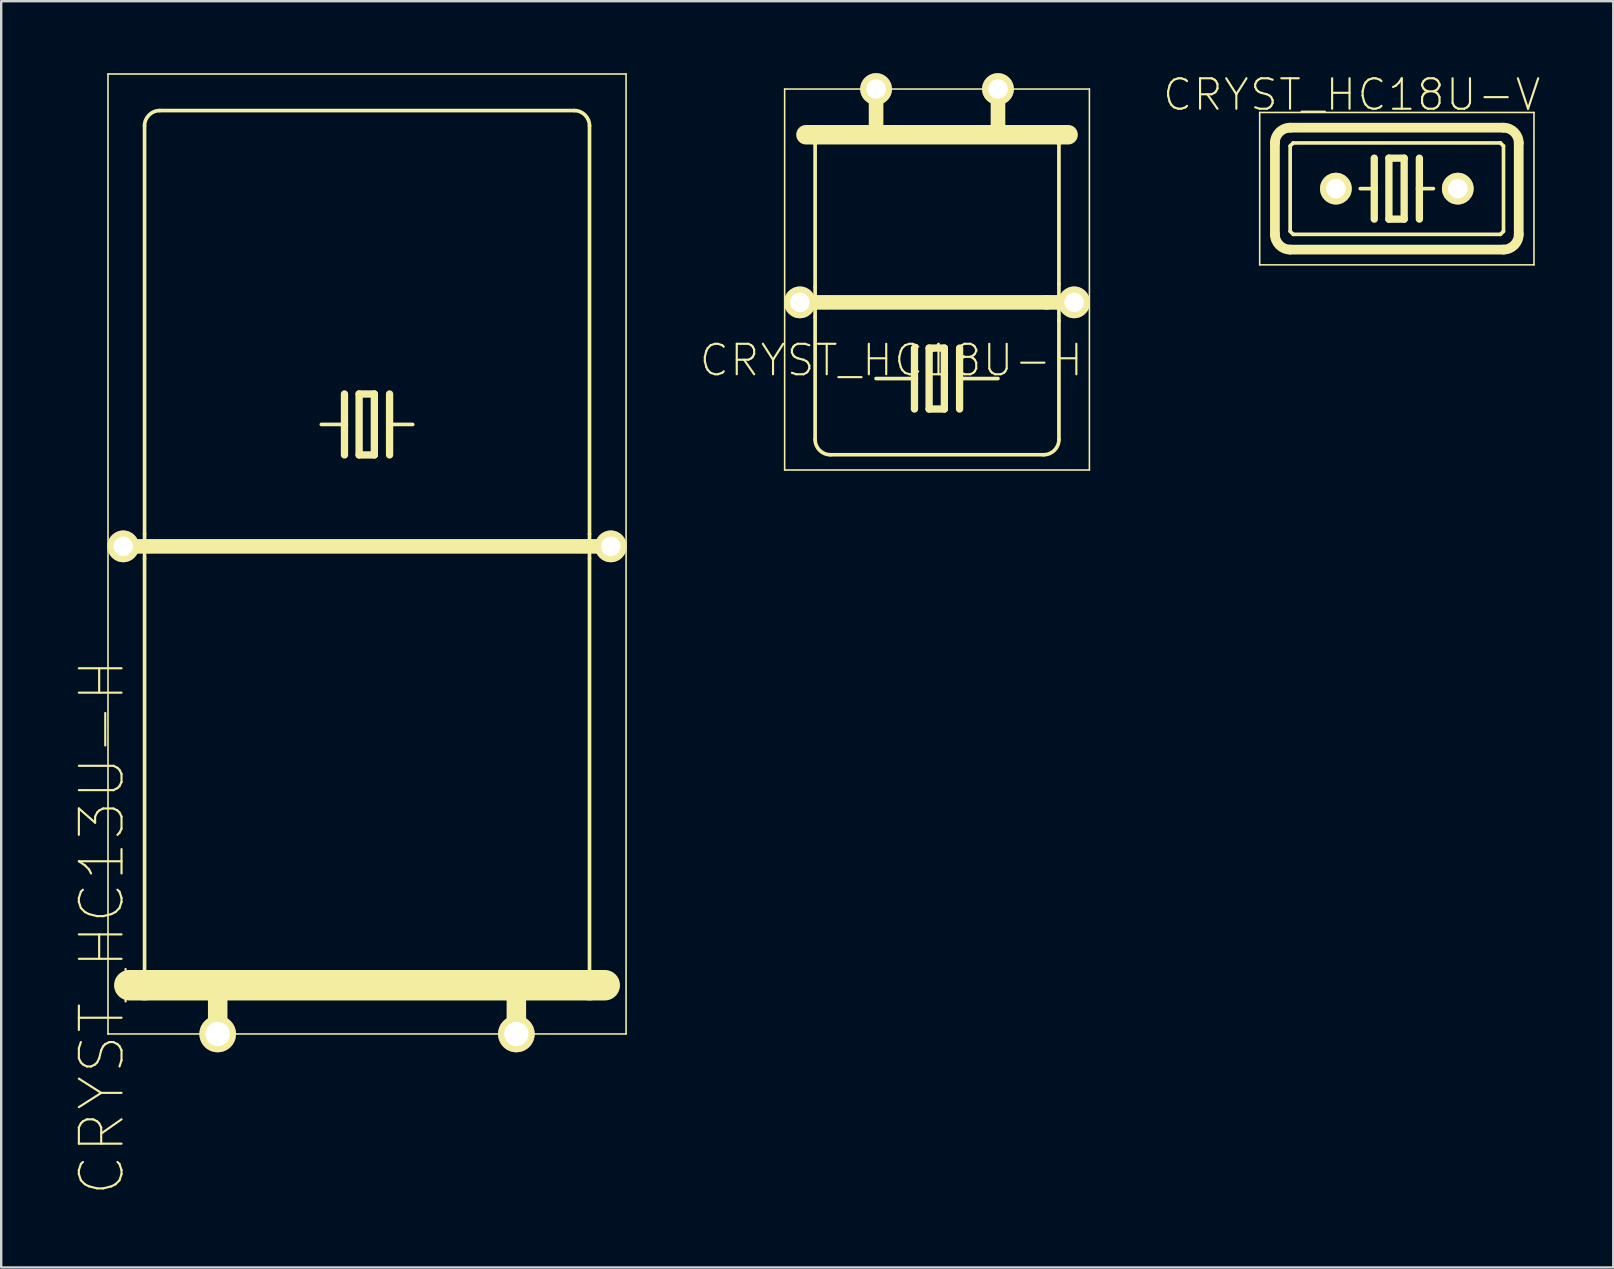
<source format=kicad_pcb>
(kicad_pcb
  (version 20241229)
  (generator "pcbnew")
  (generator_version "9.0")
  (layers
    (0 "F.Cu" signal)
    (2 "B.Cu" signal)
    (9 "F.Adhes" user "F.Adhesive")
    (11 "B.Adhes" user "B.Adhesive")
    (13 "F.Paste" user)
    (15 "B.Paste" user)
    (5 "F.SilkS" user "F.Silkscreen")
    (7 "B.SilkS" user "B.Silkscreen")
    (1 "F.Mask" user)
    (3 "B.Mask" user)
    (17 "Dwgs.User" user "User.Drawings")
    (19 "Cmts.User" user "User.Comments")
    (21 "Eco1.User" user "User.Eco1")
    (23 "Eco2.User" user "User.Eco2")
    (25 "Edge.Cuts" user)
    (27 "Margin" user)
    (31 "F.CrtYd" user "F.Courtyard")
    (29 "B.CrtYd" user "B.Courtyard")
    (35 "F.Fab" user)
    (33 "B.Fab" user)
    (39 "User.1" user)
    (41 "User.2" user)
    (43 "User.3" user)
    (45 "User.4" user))
  (footprint "CRYST_HC18U-H"
    (layer "F.Cu")
    (at 35.998 0.66)
    (property "Reference" "CRYST_HC18U-H" (at -1.905 11.303 0) (layer "F.SilkS") (effects (font (size 1.27 1.27) (thickness 0.089))))
    (attr exclude_from_pos_files exclude_from_bom)
    (fp_line (start -6.35 0) (end -6.35 15.875) (stroke (width 0.066) (type solid)) (layer "F.SilkS"))
    (fp_line (start -6.35 0) (end 6.35 0) (stroke (width 0.066) (type solid)) (layer "F.SilkS"))
    (fp_line (start -6.35 15.875) (end 6.35 15.875) (stroke (width 0.066) (type solid)) (layer "F.SilkS"))
    (fp_line (start -5.08 1.905) (end -5.461 1.905) (stroke (width 0.813) (type solid)) (layer "F.SilkS"))
    (fp_line (start -5.08 8.255) (end -5.08 1.905) (stroke (width 0.152) (type solid)) (layer "F.SilkS"))
    (fp_line (start -5.08 9.525) (end -5.08 8.255) (stroke (width 0.152) (type solid)) (layer "F.SilkS"))
    (fp_line (start -5.08 9.525) (end -5.08 14.605) (stroke (width 0.152) (type solid)) (layer "F.SilkS"))
    (fp_line (start -4.699 8.89) (end -5.715 8.89) (stroke (width 0.61) (type solid)) (layer "F.SilkS"))
    (fp_line (start -4.572 8.89) (end 4.572 8.89) (stroke (width 0.61) (type solid)) (layer "F.SilkS"))
    (fp_line (start -2.54 1.778) (end -2.54 0) (stroke (width 0.61) (type solid)) (layer "F.SilkS"))
    (fp_line (start -0.94 12.065) (end -2.54 12.065) (stroke (width 0.152) (type solid)) (layer "F.SilkS"))
    (fp_line (start -0.94 12.065) (end -0.94 10.795) (stroke (width 0.305) (type solid)) (layer "F.SilkS"))
    (fp_line (start -0.94 13.335) (end -0.94 12.065) (stroke (width 0.305) (type solid)) (layer "F.SilkS"))
    (fp_line (start -0.33 10.795) (end 0.305 10.795) (stroke (width 0.305) (type solid)) (layer "F.SilkS"))
    (fp_line (start -0.33 13.335) (end -0.33 10.795) (stroke (width 0.305) (type solid)) (layer "F.SilkS"))
    (fp_line (start 0.305 10.795) (end 0.305 13.335) (stroke (width 0.305) (type solid)) (layer "F.SilkS"))
    (fp_line (start 0.305 13.335) (end -0.33 13.335) (stroke (width 0.305) (type solid)) (layer "F.SilkS"))
    (fp_line (start 0.94 12.065) (end 0.94 10.795) (stroke (width 0.305) (type solid)) (layer "F.SilkS"))
    (fp_line (start 0.94 12.065) (end 2.54 12.065) (stroke (width 0.152) (type solid)) (layer "F.SilkS"))
    (fp_line (start 0.94 13.335) (end 0.94 12.065) (stroke (width 0.305) (type solid)) (layer "F.SilkS"))
    (fp_line (start 2.54 1.778) (end 2.54 0) (stroke (width 0.61) (type solid)) (layer "F.SilkS"))
    (fp_line (start 4.445 15.24) (end -4.445 15.24) (stroke (width 0.152) (type solid)) (layer "F.SilkS"))
    (fp_line (start 4.572 8.89) (end 5.08 8.89) (stroke (width 0.61) (type solid)) (layer "F.SilkS"))
    (fp_line (start 5.08 1.905) (end -5.08 1.905) (stroke (width 0.813) (type solid)) (layer "F.SilkS"))
    (fp_line (start 5.08 8.128) (end 5.08 1.905) (stroke (width 0.152) (type solid)) (layer "F.SilkS"))
    (fp_line (start 5.08 8.89) (end 5.08 8.128) (stroke (width 0.152) (type solid)) (layer "F.SilkS"))
    (fp_line (start 5.08 8.89) (end 5.08 9.652) (stroke (width 0.152) (type solid)) (layer "F.SilkS"))
    (fp_line (start 5.08 8.89) (end 5.715 8.89) (stroke (width 0.61) (type solid)) (layer "F.SilkS"))
    (fp_line (start 5.08 9.652) (end 5.08 14.605) (stroke (width 0.152) (type solid)) (layer "F.SilkS"))
    (fp_line (start 5.461 1.905) (end 5.08 1.905) (stroke (width 0.813) (type solid)) (layer "F.SilkS"))
    (fp_line (start 6.35 0) (end 6.35 15.875) (stroke (width 0.066) (type solid)) (layer "F.SilkS"))
    (fp_arc (start -4.445 15.24) (mid -4.894013 15.054013) (end -5.08 14.605) (stroke (width 0.1524) (type solid)) (layer "F.SilkS"))
    (fp_arc (start 5.08 14.605) (mid 4.894013 15.054013) (end 4.445 15.24) (stroke (width 0.1524) (type solid)) (layer "F.SilkS"))
    (pad "1" thru_hole circle (at -2.54 0) (size 1.321 1.321) (drill 0.813) (layers "*.Cu" "F.Mask" "F.SilkS" "F.Paste"))
    (pad "2" thru_hole circle (at 2.54 0) (size 1.321 1.321) (drill 0.813) (layers "*.Cu" "F.Mask" "F.SilkS" "F.Paste"))
    (pad "M" thru_hole circle (at -5.715 8.89) (size 1.321 1.321) (drill 0.813) (layers "*.Cu" "F.Mask" "F.SilkS" "F.Paste"))
    (pad "M1" thru_hole circle (at 5.715 8.89) (size 1.321 1.321) (drill 0.813) (layers "*.Cu" "F.Mask" "F.SilkS" "F.Paste")))
  (footprint "CRYST_HC18U-V"
    (layer "F.Cu")
    (at 55.159 4.811)
    (property "Reference" "CRYST_HC18U-V" (at -1.88 -3.912 0) (layer "F.SilkS") (effects (font (size 1.27 1.27) (thickness 0.089))))
    (attr exclude_from_pos_files exclude_from_bom)
    (fp_line (start -5.715 -3.175) (end 5.715 -3.175) (stroke (width 0.066) (type solid)) (layer "F.SilkS"))
    (fp_line (start -5.715 3.175) (end -5.715 -3.175) (stroke (width 0.066) (type solid)) (layer "F.SilkS"))
    (fp_line (start -5.715 3.175) (end 5.715 3.175) (stroke (width 0.066) (type solid)) (layer "F.SilkS"))
    (fp_line (start -5.08 -1.905) (end -5.08 1.905) (stroke (width 0.406) (type solid)) (layer "F.SilkS"))
    (fp_line (start -4.445 -2.54) (end 4.445 -2.54) (stroke (width 0.406) (type solid)) (layer "F.SilkS"))
    (fp_line (start -4.445 -1.778) (end -4.445 1.778) (stroke (width 0.152) (type solid)) (layer "F.SilkS"))
    (fp_line (start -4.445 -1.778) (end -4.318 -1.905) (stroke (width 0.152) (type solid)) (layer "F.SilkS"))
    (fp_line (start -4.445 2.54) (end 4.445 2.54) (stroke (width 0.406) (type solid)) (layer "F.SilkS"))
    (fp_line (start -4.318 1.905) (end -4.445 1.778) (stroke (width 0.152) (type solid)) (layer "F.SilkS"))
    (fp_line (start -4.318 1.905) (end 4.318 1.905) (stroke (width 0.152) (type solid)) (layer "F.SilkS"))
    (fp_line (start -0.94 -1.27) (end -0.94 0) (stroke (width 0.305) (type solid)) (layer "F.SilkS"))
    (fp_line (start -0.94 0) (end -1.524 0) (stroke (width 0.152) (type solid)) (layer "F.SilkS"))
    (fp_line (start -0.94 0) (end -0.94 1.27) (stroke (width 0.305) (type solid)) (layer "F.SilkS"))
    (fp_line (start -0.33 -1.27) (end -0.33 1.27) (stroke (width 0.305) (type solid)) (layer "F.SilkS"))
    (fp_line (start -0.33 1.27) (end 0.305 1.27) (stroke (width 0.305) (type solid)) (layer "F.SilkS"))
    (fp_line (start 0.305 -1.27) (end -0.33 -1.27) (stroke (width 0.305) (type solid)) (layer "F.SilkS"))
    (fp_line (start 0.305 1.27) (end 0.305 -1.27) (stroke (width 0.305) (type solid)) (layer "F.SilkS"))
    (fp_line (start 0.94 -1.27) (end 0.94 0) (stroke (width 0.305) (type solid)) (layer "F.SilkS"))
    (fp_line (start 0.94 0) (end 0.94 1.27) (stroke (width 0.305) (type solid)) (layer "F.SilkS"))
    (fp_line (start 0.94 0) (end 1.524 0) (stroke (width 0.152) (type solid)) (layer "F.SilkS"))
    (fp_line (start 4.318 -1.905) (end -4.318 -1.905) (stroke (width 0.152) (type solid)) (layer "F.SilkS"))
    (fp_line (start 4.318 -1.905) (end 4.445 -1.778) (stroke (width 0.152) (type solid)) (layer "F.SilkS"))
    (fp_line (start 4.318 1.905) (end 4.445 1.778) (stroke (width 0.152) (type solid)) (layer "F.SilkS"))
    (fp_line (start 4.445 1.778) (end 4.445 -1.778) (stroke (width 0.152) (type solid)) (layer "F.SilkS"))
    (fp_line (start 5.08 1.905) (end 5.08 -1.905) (stroke (width 0.406) (type solid)) (layer "F.SilkS"))
    (fp_line (start 5.715 3.175) (end 5.715 -3.175) (stroke (width 0.066) (type solid)) (layer "F.SilkS"))
    (fp_arc (start -5.08 -1.905) (mid -4.894013 -2.354013) (end -4.445 -2.54) (stroke (width 0.4064) (type solid)) (layer "F.SilkS"))
    (fp_arc (start -4.445 2.54) (mid -4.894013 2.354013) (end -5.08 1.905) (stroke (width 0.4064) (type solid)) (layer "F.SilkS"))
    (fp_arc (start 4.445 -2.54) (mid 4.894013 -2.354013) (end 5.08 -1.905) (stroke (width 0.4064) (type solid)) (layer "F.SilkS"))
    (fp_arc (start 5.08 1.905) (mid 4.894013 2.354013) (end 4.445 2.54) (stroke (width 0.4064) (type solid)) (layer "F.SilkS"))
    (pad "1" thru_hole circle (at -2.54 0) (size 1.321 1.321) (drill 0.813) (layers "*.Cu" "F.Mask" "F.SilkS" "F.Paste"))
    (pad "2" thru_hole circle (at 2.54 0) (size 1.321 1.321) (drill 0.813) (layers "*.Cu" "F.Mask" "F.SilkS" "F.Paste")))
  (footprint "CRYST_HC13U-H"
    (layer "F.Cu")
    (at 12.245 40.038)
    (property "Reference" "CRYST_HC13U-H" (at -11.049 -4.445 90) (layer "F.SilkS") (effects (font (size 1.778 1.778) (thickness 0.089))))
    (attr exclude_from_pos_files exclude_from_bom)
    (fp_line (start -10.795 -40.005) (end 10.795 -40.005) (stroke (width 0.066) (type solid)) (layer "F.SilkS"))
    (fp_line (start -10.795 0) (end -10.795 -40.005) (stroke (width 0.066) (type solid)) (layer "F.SilkS"))
    (fp_line (start -10.795 0) (end 10.795 0) (stroke (width 0.066) (type solid)) (layer "F.SilkS"))
    (fp_line (start -10.16 -20.32) (end -9.144 -20.32) (stroke (width 0.61) (type solid)) (layer "F.SilkS"))
    (fp_line (start -9.906 -2.032) (end -9.271 -2.032) (stroke (width 1.27) (type solid)) (layer "F.SilkS"))
    (fp_line (start -9.271 -20.828) (end -9.271 -37.846) (stroke (width 0.152) (type solid)) (layer "F.SilkS"))
    (fp_line (start -9.271 -20.828) (end -9.271 -19.812) (stroke (width 0.152) (type solid)) (layer "F.SilkS"))
    (fp_line (start -9.271 -19.812) (end -9.271 -2.032) (stroke (width 0.152) (type solid)) (layer "F.SilkS"))
    (fp_line (start -9.271 -2.032) (end 9.271 -2.032) (stroke (width 1.27) (type solid)) (layer "F.SilkS"))
    (fp_line (start -9.017 -20.32) (end 9.017 -20.32) (stroke (width 0.61) (type solid)) (layer "F.SilkS"))
    (fp_line (start -6.223 -1.905) (end -6.223 0) (stroke (width 0.813) (type solid)) (layer "F.SilkS"))
    (fp_line (start -0.94 -26.67) (end -0.94 -25.4) (stroke (width 0.305) (type solid)) (layer "F.SilkS"))
    (fp_line (start -0.94 -25.4) (end -1.905 -25.4) (stroke (width 0.152) (type solid)) (layer "F.SilkS"))
    (fp_line (start -0.94 -25.4) (end -0.94 -24.13) (stroke (width 0.305) (type solid)) (layer "F.SilkS"))
    (fp_line (start -0.33 -26.67) (end -0.33 -24.13) (stroke (width 0.305) (type solid)) (layer "F.SilkS"))
    (fp_line (start -0.33 -24.13) (end 0.305 -24.13) (stroke (width 0.305) (type solid)) (layer "F.SilkS"))
    (fp_line (start 0.305 -26.67) (end -0.33 -26.67) (stroke (width 0.305) (type solid)) (layer "F.SilkS"))
    (fp_line (start 0.305 -24.13) (end 0.305 -26.67) (stroke (width 0.305) (type solid)) (layer "F.SilkS"))
    (fp_line (start 0.94 -26.67) (end 0.94 -25.4) (stroke (width 0.305) (type solid)) (layer "F.SilkS"))
    (fp_line (start 0.94 -25.4) (end 0.94 -24.13) (stroke (width 0.305) (type solid)) (layer "F.SilkS"))
    (fp_line (start 0.94 -25.4) (end 1.905 -25.4) (stroke (width 0.152) (type solid)) (layer "F.SilkS"))
    (fp_line (start 6.223 -1.905) (end 6.223 0) (stroke (width 0.813) (type solid)) (layer "F.SilkS"))
    (fp_line (start 8.636 -38.481) (end -8.636 -38.481) (stroke (width 0.152) (type solid)) (layer "F.SilkS"))
    (fp_line (start 9.144 -20.32) (end 10.16 -20.32) (stroke (width 0.61) (type solid)) (layer "F.SilkS"))
    (fp_line (start 9.271 -20.828) (end 9.271 -37.846) (stroke (width 0.152) (type solid)) (layer "F.SilkS"))
    (fp_line (start 9.271 -20.828) (end 9.271 -19.812) (stroke (width 0.152) (type solid)) (layer "F.SilkS"))
    (fp_line (start 9.271 -19.812) (end 9.271 -2.032) (stroke (width 0.152) (type solid)) (layer "F.SilkS"))
    (fp_line (start 9.271 -2.032) (end 9.906 -2.032) (stroke (width 1.27) (type solid)) (layer "F.SilkS"))
    (fp_line (start 10.795 0) (end 10.795 -40.005) (stroke (width 0.066) (type solid)) (layer "F.SilkS"))
    (fp_arc (start -9.271 -37.846) (mid -9.085013 -38.295013) (end -8.636 -38.481) (stroke (width 0.1524) (type solid)) (layer "F.SilkS"))
    (fp_arc (start 8.636 -38.481) (mid 9.085013 -38.295013) (end 9.271 -37.846) (stroke (width 0.1524) (type solid)) (layer "F.SilkS"))
    (pad "1" thru_hole circle (at -6.223 0) (size 1.524 1.524) (drill 1.016) (layers "*.Cu" "F.Mask" "F.SilkS" "F.Paste"))
    (pad "2" thru_hole circle (at 6.223 0) (size 1.524 1.524) (drill 1.016) (layers "*.Cu" "F.Mask" "F.SilkS" "F.Paste"))
    (pad "M" thru_hole circle (at -10.16 -20.32) (size 1.321 1.321) (drill 0.813) (layers "*.Cu" "F.Mask" "F.SilkS" "F.Paste"))
    (pad "M1" thru_hole circle (at 10.16 -20.32) (size 1.321 1.321) (drill 0.813) (layers "*.Cu" "F.Mask" "F.SilkS" "F.Paste")))
  (gr_rect
    (start -3 -3)
    (end 64.178 49.767)
    (stroke (width 0.1) (type default))
    (fill no)
    (layer "Edge.Cuts")))
</source>
